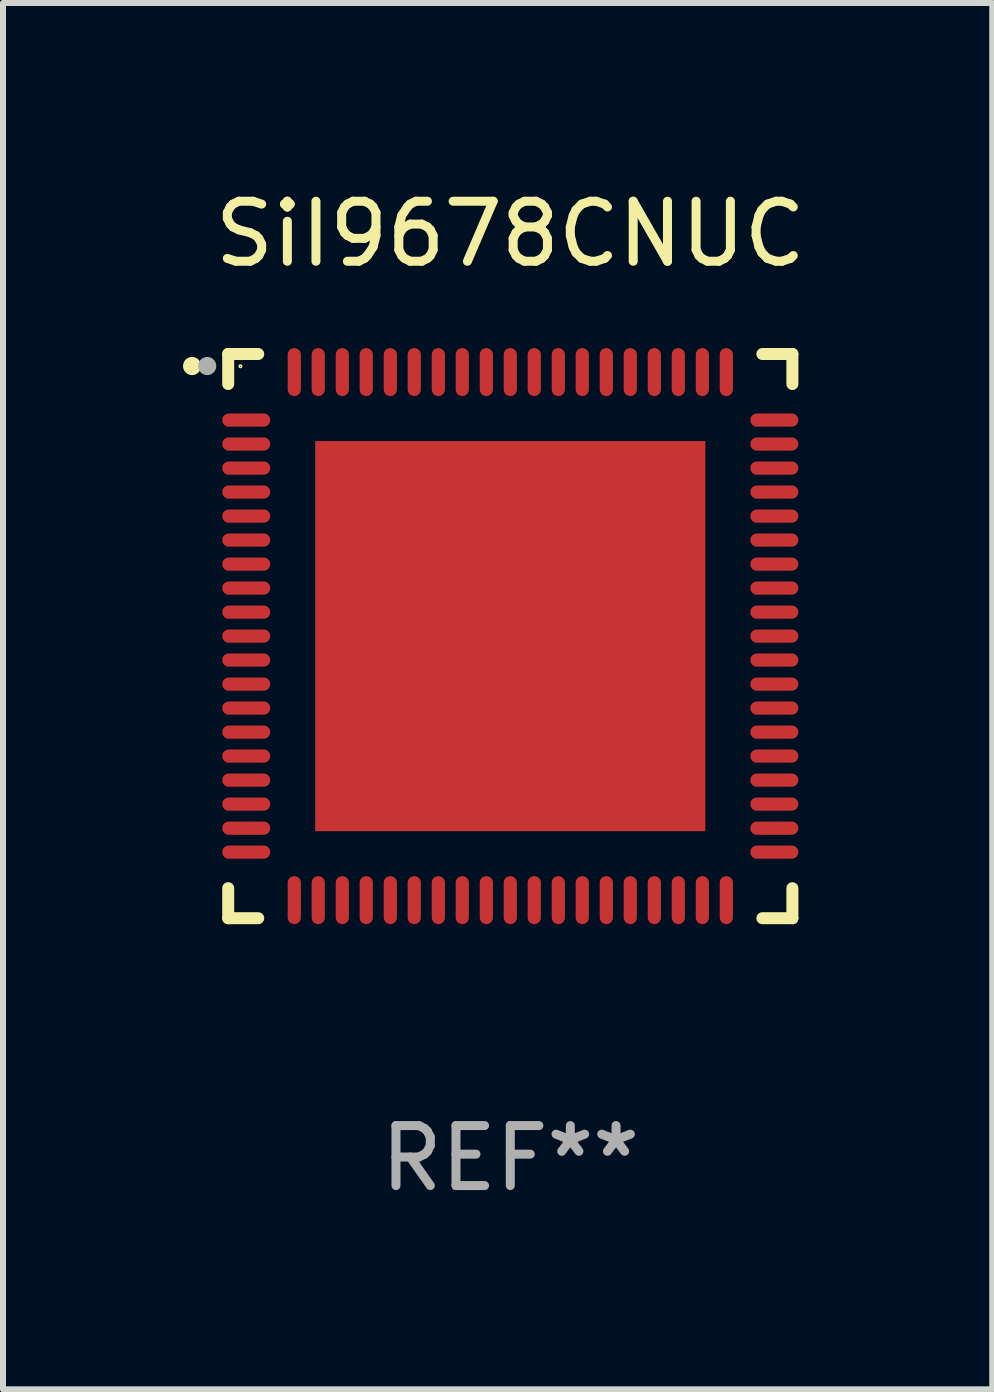
<source format=kicad_pcb>
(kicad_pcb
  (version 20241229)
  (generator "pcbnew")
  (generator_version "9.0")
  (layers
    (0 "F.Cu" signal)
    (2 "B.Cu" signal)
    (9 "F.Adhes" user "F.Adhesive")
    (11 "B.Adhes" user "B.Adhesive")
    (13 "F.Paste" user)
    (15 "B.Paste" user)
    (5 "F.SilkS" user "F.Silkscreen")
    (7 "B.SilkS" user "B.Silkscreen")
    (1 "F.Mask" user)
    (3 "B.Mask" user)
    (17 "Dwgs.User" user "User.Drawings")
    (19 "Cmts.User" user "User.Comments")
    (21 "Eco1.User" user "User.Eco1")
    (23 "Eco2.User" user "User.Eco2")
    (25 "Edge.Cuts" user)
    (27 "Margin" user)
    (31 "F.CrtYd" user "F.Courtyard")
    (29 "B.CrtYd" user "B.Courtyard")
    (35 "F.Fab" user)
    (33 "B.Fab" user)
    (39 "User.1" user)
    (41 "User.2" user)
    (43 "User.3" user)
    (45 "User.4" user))
  (footprint "SiI9678CNUC"
    (layer "F.Cu")
    (at 5.452 7.548)
    (property "Reference" "SiI9678CNUC" (at 0 -6.7 0) (layer "F.SilkS") (effects (font (size 1 1) (thickness 0.15))))
    (attr through_hole)
    (fp_line (start -4.7 -4.7) (end -4.2 -4.7) (stroke (width 0.2) (type solid)) (layer "F.SilkS"))
    (fp_line (start -4.7 -4.2) (end -4.7 -4.7) (stroke (width 0.2) (type solid)) (layer "F.SilkS"))
    (fp_line (start -4.7 4.7) (end -4.7 4.2) (stroke (width 0.2) (type solid)) (layer "F.SilkS"))
    (fp_line (start -4.2 4.7) (end -4.7 4.7) (stroke (width 0.2) (type solid)) (layer "F.SilkS"))
    (fp_line (start 4.2 4.7) (end 4.7 4.7) (stroke (width 0.2) (type solid)) (layer "F.SilkS"))
    (fp_line (start 4.7 -4.7) (end 4.2 -4.7) (stroke (width 0.2) (type solid)) (layer "F.SilkS"))
    (fp_line (start 4.7 -4.2) (end 4.7 -4.7) (stroke (width 0.2) (type solid)) (layer "F.SilkS"))
    (fp_line (start 4.7 4.7) (end 4.7 4.2) (stroke (width 0.2) (type solid)) (layer "F.SilkS"))
    (fp_arc (start -5.302489 -4.498222) (mid -5.302494 -4.499492) (end -5.302489 -4.500762) (stroke (width 0.3) (type solid)) (layer "F.SilkS"))
    (fp_circle (center -4.496 -4.496) (end -4.475 -4.496) (stroke (width 0.025) (type solid)) (fill no) (layer "F.SilkS"))
    (fp_arc (start -5.04953 -4.498349) (mid -5.049535 -4.499619) (end -5.04953 -4.500889) (stroke (width 0.3) (type solid)) (layer "F.Fab"))
    (fp_text user "REF**" (at 0 8.7 0) (layer "F.Fab") (effects (font (size 1 1) (thickness 0.15))))
    (pad "1" smd oval (at -4.399 -3.599 90) (size 0.22 0.8) (layers "F.Cu" "F.Mask" "F.Paste"))
    (pad "2" smd oval (at -4.399 -3.2 90) (size 0.22 0.8) (layers "F.Cu" "F.Mask" "F.Paste"))
    (pad "3" smd oval (at -4.399 -2.799 90) (size 0.22 0.8) (layers "F.Cu" "F.Mask" "F.Paste"))
    (pad "4" smd oval (at -4.399 -2.4 90) (size 0.22 0.8) (layers "F.Cu" "F.Mask" "F.Paste"))
    (pad "5" smd oval (at -4.399 -1.999 90) (size 0.22 0.8) (layers "F.Cu" "F.Mask" "F.Paste"))
    (pad "6" smd oval (at -4.399 -1.6 90) (size 0.22 0.8) (layers "F.Cu" "F.Mask" "F.Paste"))
    (pad "7" smd oval (at -4.399 -1.199 90) (size 0.22 0.8) (layers "F.Cu" "F.Mask" "F.Paste"))
    (pad "8" smd oval (at -4.399 -0.8 90) (size 0.22 0.8) (layers "F.Cu" "F.Mask" "F.Paste"))
    (pad "9" smd oval (at -4.399 -0.399 90) (size 0.22 0.8) (layers "F.Cu" "F.Mask" "F.Paste"))
    (pad "10" smd oval (at -4.399 0 90) (size 0.22 0.8) (layers "F.Cu" "F.Mask" "F.Paste"))
    (pad "11" smd oval (at -4.399 0.399 90) (size 0.22 0.8) (layers "F.Cu" "F.Mask" "F.Paste"))
    (pad "12" smd oval (at -4.399 0.8 90) (size 0.22 0.8) (layers "F.Cu" "F.Mask" "F.Paste"))
    (pad "13" smd oval (at -4.399 1.199 90) (size 0.22 0.8) (layers "F.Cu" "F.Mask" "F.Paste"))
    (pad "14" smd oval (at -4.399 1.6 90) (size 0.22 0.8) (layers "F.Cu" "F.Mask" "F.Paste"))
    (pad "15" smd oval (at -4.399 1.999 90) (size 0.22 0.8) (layers "F.Cu" "F.Mask" "F.Paste"))
    (pad "16" smd oval (at -4.399 2.4 90) (size 0.22 0.8) (layers "F.Cu" "F.Mask" "F.Paste"))
    (pad "17" smd oval (at -4.399 2.799 90) (size 0.22 0.8) (layers "F.Cu" "F.Mask" "F.Paste"))
    (pad "18" smd oval (at -4.399 3.2 90) (size 0.22 0.8) (layers "F.Cu" "F.Mask" "F.Paste"))
    (pad "19" smd oval (at -4.399 3.599 90) (size 0.22 0.8) (layers "F.Cu" "F.Mask" "F.Paste"))
    (pad "20" smd oval (at -3.599 4.399 180) (size 0.22 0.8) (layers "F.Cu" "F.Mask" "F.Paste"))
    (pad "21" smd oval (at -3.2 4.399 180) (size 0.22 0.8) (layers "F.Cu" "F.Mask" "F.Paste"))
    (pad "22" smd oval (at -2.799 4.399 180) (size 0.22 0.8) (layers "F.Cu" "F.Mask" "F.Paste"))
    (pad "23" smd oval (at -2.4 4.399 180) (size 0.22 0.8) (layers "F.Cu" "F.Mask" "F.Paste"))
    (pad "24" smd oval (at -1.999 4.399 180) (size 0.22 0.8) (layers "F.Cu" "F.Mask" "F.Paste"))
    (pad "25" smd oval (at -1.6 4.399 180) (size 0.22 0.8) (layers "F.Cu" "F.Mask" "F.Paste"))
    (pad "26" smd oval (at -1.199 4.399 180) (size 0.22 0.8) (layers "F.Cu" "F.Mask" "F.Paste"))
    (pad "27" smd oval (at -0.8 4.399 180) (size 0.22 0.8) (layers "F.Cu" "F.Mask" "F.Paste"))
    (pad "28" smd oval (at -0.399 4.399 180) (size 0.22 0.8) (layers "F.Cu" "F.Mask" "F.Paste"))
    (pad "29" smd oval (at 0 4.399 180) (size 0.22 0.8) (layers "F.Cu" "F.Mask" "F.Paste"))
    (pad "30" smd oval (at 0.399 4.399 180) (size 0.22 0.8) (layers "F.Cu" "F.Mask" "F.Paste"))
    (pad "31" smd oval (at 0.8 4.399 180) (size 0.22 0.8) (layers "F.Cu" "F.Mask" "F.Paste"))
    (pad "32" smd oval (at 1.199 4.399 180) (size 0.22 0.8) (layers "F.Cu" "F.Mask" "F.Paste"))
    (pad "33" smd oval (at 1.6 4.399 180) (size 0.22 0.8) (layers "F.Cu" "F.Mask" "F.Paste"))
    (pad "34" smd oval (at 1.999 4.399 180) (size 0.22 0.8) (layers "F.Cu" "F.Mask" "F.Paste"))
    (pad "35" smd oval (at 2.4 4.399 180) (size 0.22 0.8) (layers "F.Cu" "F.Mask" "F.Paste"))
    (pad "36" smd oval (at 2.799 4.399 180) (size 0.22 0.8) (layers "F.Cu" "F.Mask" "F.Paste"))
    (pad "37" smd oval (at 3.2 4.399 180) (size 0.22 0.8) (layers "F.Cu" "F.Mask" "F.Paste"))
    (pad "38" smd oval (at 3.599 4.399 180) (size 0.22 0.8) (layers "F.Cu" "F.Mask" "F.Paste"))
    (pad "39" smd oval (at 4.399 3.599 270) (size 0.22 0.8) (layers "F.Cu" "F.Mask" "F.Paste"))
    (pad "40" smd oval (at 4.399 3.2 270) (size 0.22 0.8) (layers "F.Cu" "F.Mask" "F.Paste"))
    (pad "41" smd oval (at 4.399 2.799 270) (size 0.22 0.8) (layers "F.Cu" "F.Mask" "F.Paste"))
    (pad "42" smd oval (at 4.399 2.4 270) (size 0.22 0.8) (layers "F.Cu" "F.Mask" "F.Paste"))
    (pad "43" smd oval (at 4.399 1.999 270) (size 0.22 0.8) (layers "F.Cu" "F.Mask" "F.Paste"))
    (pad "44" smd oval (at 4.399 1.6 270) (size 0.22 0.8) (layers "F.Cu" "F.Mask" "F.Paste"))
    (pad "45" smd oval (at 4.399 1.199 270) (size 0.22 0.8) (layers "F.Cu" "F.Mask" "F.Paste"))
    (pad "46" smd oval (at 4.399 0.8 270) (size 0.22 0.8) (layers "F.Cu" "F.Mask" "F.Paste"))
    (pad "47" smd oval (at 4.399 0.399 270) (size 0.22 0.8) (layers "F.Cu" "F.Mask" "F.Paste"))
    (pad "48" smd oval (at 4.399 0 270) (size 0.22 0.8) (layers "F.Cu" "F.Mask" "F.Paste"))
    (pad "49" smd oval (at 4.399 -0.399 270) (size 0.22 0.8) (layers "F.Cu" "F.Mask" "F.Paste"))
    (pad "50" smd oval (at 4.399 -0.8 270) (size 0.22 0.8) (layers "F.Cu" "F.Mask" "F.Paste"))
    (pad "51" smd oval (at 4.399 -1.199 270) (size 0.22 0.8) (layers "F.Cu" "F.Mask" "F.Paste"))
    (pad "52" smd oval (at 4.399 -1.6 270) (size 0.22 0.8) (layers "F.Cu" "F.Mask" "F.Paste"))
    (pad "53" smd oval (at 4.399 -1.999 270) (size 0.22 0.8) (layers "F.Cu" "F.Mask" "F.Paste"))
    (pad "54" smd oval (at 4.399 -2.4 270) (size 0.22 0.8) (layers "F.Cu" "F.Mask" "F.Paste"))
    (pad "55" smd oval (at 4.399 -2.799 270) (size 0.22 0.8) (layers "F.Cu" "F.Mask" "F.Paste"))
    (pad "56" smd oval (at 4.399 -3.2 270) (size 0.22 0.8) (layers "F.Cu" "F.Mask" "F.Paste"))
    (pad "57" smd oval (at 4.399 -3.599 270) (size 0.22 0.8) (layers "F.Cu" "F.Mask" "F.Paste"))
    (pad "58" smd oval (at 3.599 -4.399) (size 0.22 0.8) (layers "F.Cu" "F.Mask" "F.Paste"))
    (pad "59" smd oval (at 3.2 -4.399) (size 0.22 0.8) (layers "F.Cu" "F.Mask" "F.Paste"))
    (pad "60" smd oval (at 2.799 -4.399) (size 0.22 0.8) (layers "F.Cu" "F.Mask" "F.Paste"))
    (pad "61" smd oval (at 2.4 -4.399) (size 0.22 0.8) (layers "F.Cu" "F.Mask" "F.Paste"))
    (pad "62" smd oval (at 1.999 -4.399) (size 0.22 0.8) (layers "F.Cu" "F.Mask" "F.Paste"))
    (pad "63" smd oval (at 1.6 -4.399) (size 0.22 0.8) (layers "F.Cu" "F.Mask" "F.Paste"))
    (pad "64" smd oval (at 1.199 -4.399) (size 0.22 0.8) (layers "F.Cu" "F.Mask" "F.Paste"))
    (pad "65" smd oval (at 0.8 -4.399) (size 0.22 0.8) (layers "F.Cu" "F.Mask" "F.Paste"))
    (pad "66" smd oval (at 0.399 -4.399) (size 0.22 0.8) (layers "F.Cu" "F.Mask" "F.Paste"))
    (pad "67" smd oval (at 0 -4.399) (size 0.22 0.8) (layers "F.Cu" "F.Mask" "F.Paste"))
    (pad "68" smd oval (at -0.399 -4.399) (size 0.22 0.8) (layers "F.Cu" "F.Mask" "F.Paste"))
    (pad "69" smd oval (at -0.8 -4.399) (size 0.22 0.8) (layers "F.Cu" "F.Mask" "F.Paste"))
    (pad "70" smd oval (at -1.199 -4.399) (size 0.22 0.8) (layers "F.Cu" "F.Mask" "F.Paste"))
    (pad "71" smd oval (at -1.6 -4.399) (size 0.22 0.8) (layers "F.Cu" "F.Mask" "F.Paste"))
    (pad "72" smd oval (at -1.999 -4.399) (size 0.22 0.8) (layers "F.Cu" "F.Mask" "F.Paste"))
    (pad "73" smd oval (at -2.4 -4.399) (size 0.22 0.8) (layers "F.Cu" "F.Mask" "F.Paste"))
    (pad "74" smd oval (at -2.799 -4.399) (size 0.22 0.8) (layers "F.Cu" "F.Mask" "F.Paste"))
    (pad "75" smd oval (at -3.2 -4.399) (size 0.22 0.8) (layers "F.Cu" "F.Mask" "F.Paste"))
    (pad "76" smd oval (at -3.599 -4.399) (size 0.22 0.8) (layers "F.Cu" "F.Mask" "F.Paste"))
    (pad "77" smd rect (at 0 0) (size 6.5 6.5) (layers "F.Cu" "F.Mask" "F.Paste")))
  (gr_rect
    (start -3 -3)
    (end 13.482 20.097)
    (stroke (width 0.1) (type default))
    (fill no)
    (layer "Edge.Cuts")))
</source>
